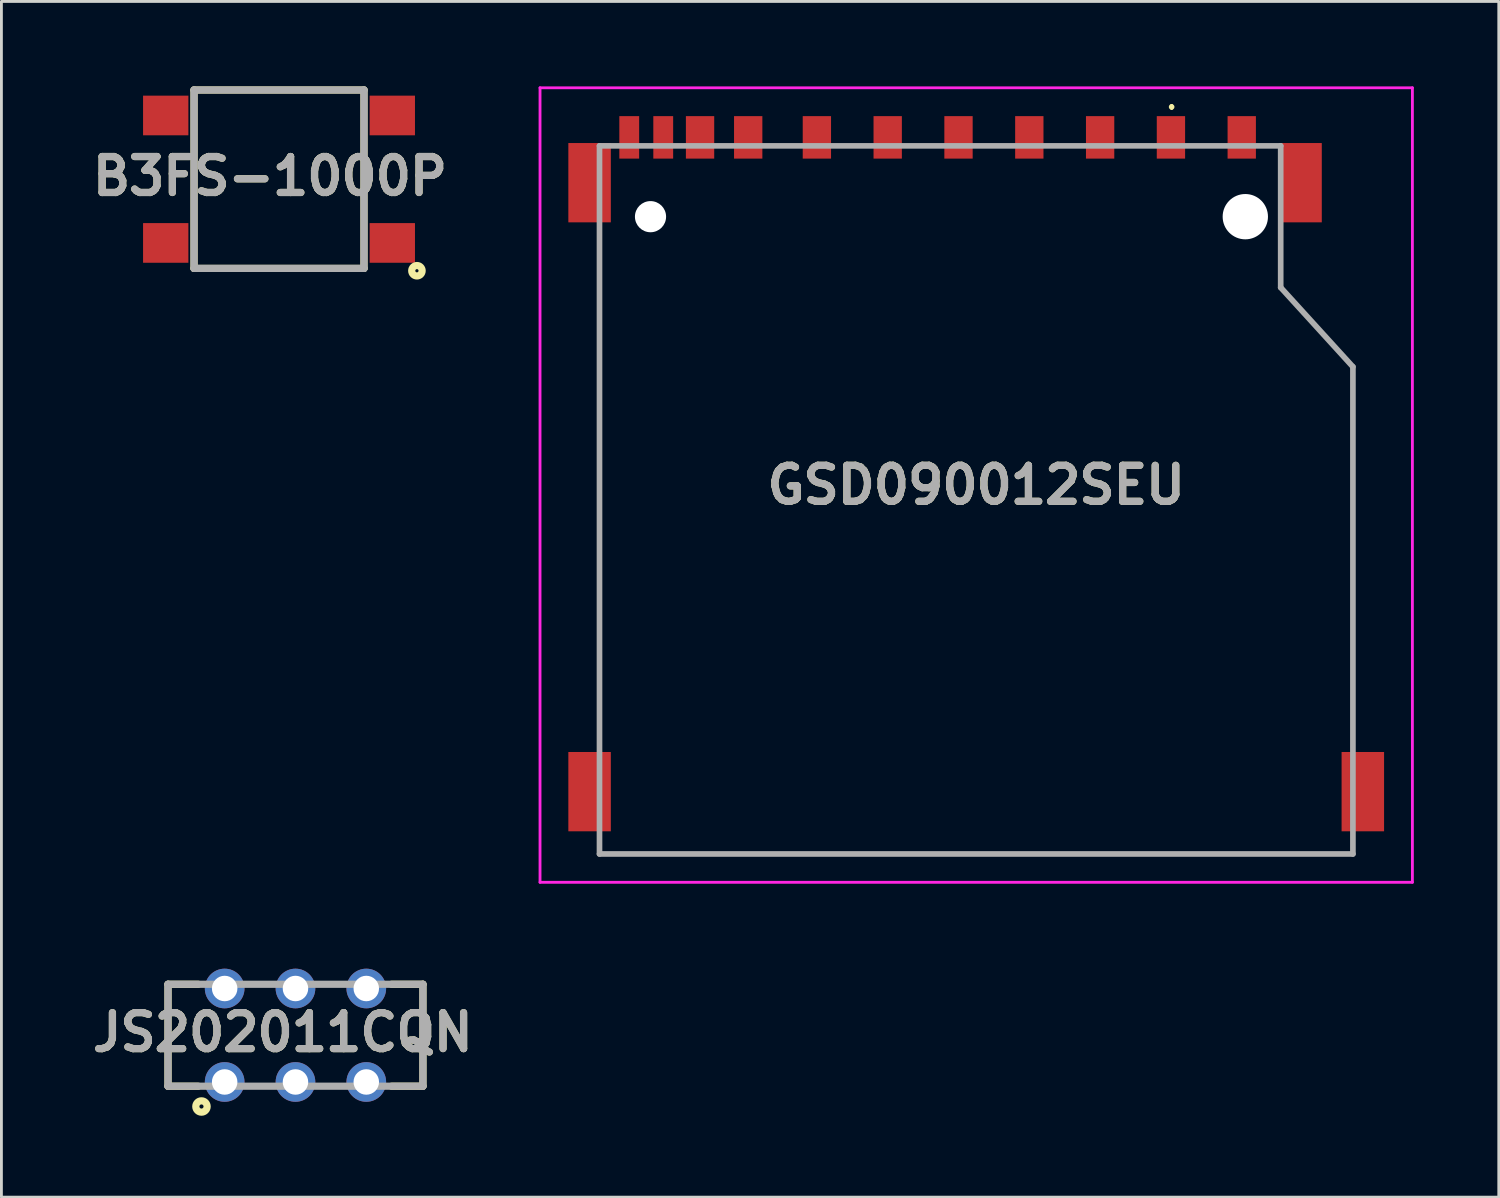
<source format=kicad_pcb>
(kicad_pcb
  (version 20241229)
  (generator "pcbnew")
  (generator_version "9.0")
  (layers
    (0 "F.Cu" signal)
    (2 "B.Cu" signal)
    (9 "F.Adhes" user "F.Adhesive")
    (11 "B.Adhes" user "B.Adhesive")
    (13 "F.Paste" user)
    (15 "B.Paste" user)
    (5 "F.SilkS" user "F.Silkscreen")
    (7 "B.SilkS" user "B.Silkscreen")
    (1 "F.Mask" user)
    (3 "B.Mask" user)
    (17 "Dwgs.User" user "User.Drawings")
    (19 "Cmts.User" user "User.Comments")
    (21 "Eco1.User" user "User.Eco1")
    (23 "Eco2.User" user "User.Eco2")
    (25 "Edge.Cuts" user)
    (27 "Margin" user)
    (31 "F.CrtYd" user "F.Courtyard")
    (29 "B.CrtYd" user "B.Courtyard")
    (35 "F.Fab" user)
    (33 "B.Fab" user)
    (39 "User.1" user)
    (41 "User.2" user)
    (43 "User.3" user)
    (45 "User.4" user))
  (footprint "GSD090012SEU"
    (layer "F.Cu")
    (at 31.416 14.075)
    (property "Reference" "GSD090012SEU" (at 0 0 0) (layer "F.SilkS") (effects (font (size 1.27 1.27) (thickness 0.254))))
    (attr through_hole)
    (fp_line (start -13.3 8.525) (end -13.3 -8.475) (stroke (width 0.1) (type solid)) (layer "F.SilkS"))
    (fp_line (start -13.3 13.025) (end -13.3 12.525) (stroke (width 0.1) (type solid)) (layer "F.SilkS"))
    (fp_line (start 6.9 -13.4) (end 6.9 -13.4) (stroke (width 0.1) (type solid)) (layer "F.SilkS"))
    (fp_line (start 6.9 -13.3) (end 6.9 -13.3) (stroke (width 0.1) (type solid)) (layer "F.SilkS"))
    (fp_line (start 10.75 -8.475) (end 10.75 -6.975) (stroke (width 0.1) (type solid)) (layer "F.SilkS"))
    (fp_line (start 10.75 -6.975) (end 13.3 -4.175) (stroke (width 0.1) (type solid)) (layer "F.SilkS"))
    (fp_line (start 13.3 -4.175) (end 13.3 8.525) (stroke (width 0.1) (type solid)) (layer "F.SilkS"))
    (fp_line (start 13.3 12.525) (end 13.3 13.025) (stroke (width 0.1) (type solid)) (layer "F.SilkS"))
    (fp_line (start 13.3 13.025) (end -13.3 13.025) (stroke (width 0.1) (type solid)) (layer "F.SilkS"))
    (fp_arc (start 6.9 -13.4) (mid 6.95 -13.35) (end 6.9 -13.3) (stroke (width 0.1) (type solid)) (layer "F.SilkS"))
    (fp_arc (start 6.9 -13.3) (mid 6.85 -13.35) (end 6.9 -13.4) (stroke (width 0.1) (type solid)) (layer "F.SilkS"))
    (fp_line (start -15.4 -14.025) (end 15.4 -14.025) (stroke (width 0.1) (type solid)) (layer "F.CrtYd"))
    (fp_line (start -15.4 14.025) (end -15.4 -14.025) (stroke (width 0.1) (type solid)) (layer "F.CrtYd"))
    (fp_line (start 15.4 -14.025) (end 15.4 14.025) (stroke (width 0.1) (type solid)) (layer "F.CrtYd"))
    (fp_line (start 15.4 14.025) (end -15.4 14.025) (stroke (width 0.1) (type solid)) (layer "F.CrtYd"))
    (fp_line (start -13.3 -11.975) (end 10.75 -11.975) (stroke (width 0.2) (type solid)) (layer "F.Fab"))
    (fp_line (start -13.3 13.025) (end -13.3 -11.975) (stroke (width 0.2) (type solid)) (layer "F.Fab"))
    (fp_line (start 10.75 -11.975) (end 10.75 -6.975) (stroke (width 0.2) (type solid)) (layer "F.Fab"))
    (fp_line (start 10.75 -6.975) (end 13.3 -4.175) (stroke (width 0.2) (type solid)) (layer "F.Fab"))
    (fp_line (start 13.3 -4.175) (end 13.3 13.025) (stroke (width 0.2) (type solid)) (layer "F.Fab"))
    (fp_line (start 13.3 13.025) (end -13.3 13.025) (stroke (width 0.2) (type solid)) (layer "F.Fab"))
    (fp_text user "${REFERENCE}" (at 0 0 0) (layer "F.Fab") (effects (font (size 1.27 1.27) (thickness 0.254))))
    (pad "" np_thru_hole circle (at -11.499 -9.475) (size 1.1 1.1) (drill 1.1) (layers "*.Cu" "*.Mask"))
    (pad "" np_thru_hole circle (at 9.501 -9.475) (size 1.6 1.6) (drill 1.6) (layers "*.Cu" "*.Mask"))
    (pad "1" smd rect (at 6.875 -12.275) (size 1 1.5) (layers "F.Cu" "F.Mask" "F.Paste"))
    (pad "2" smd rect (at 4.375 -12.275) (size 1 1.5) (layers "F.Cu" "F.Mask" "F.Paste"))
    (pad "3" smd rect (at 1.875 -12.275) (size 1 1.5) (layers "F.Cu" "F.Mask" "F.Paste"))
    (pad "4" smd rect (at -0.625 -12.275) (size 1 1.5) (layers "F.Cu" "F.Mask" "F.Paste"))
    (pad "5" smd rect (at -3.125 -12.275) (size 1 1.5) (layers "F.Cu" "F.Mask" "F.Paste"))
    (pad "6" smd rect (at -5.625 -12.275) (size 1 1.5) (layers "F.Cu" "F.Mask" "F.Paste"))
    (pad "7" smd rect (at -8.05 -12.275) (size 1 1.5) (layers "F.Cu" "F.Mask" "F.Paste"))
    (pad "8" smd rect (at -9.75 -12.275) (size 1 1.5) (layers "F.Cu" "F.Mask" "F.Paste"))
    (pad "9" smd rect (at 9.375 -12.275) (size 1 1.5) (layers "F.Cu" "F.Mask" "F.Paste"))
    (pad "10" smd rect (at -11.05 -12.275) (size 0.7 1.5) (layers "F.Cu" "F.Mask" "F.Paste"))
    (pad "11" smd rect (at -12.25 -12.275) (size 0.7 1.5) (layers "F.Cu" "F.Mask" "F.Paste"))
    (pad "MP1" smd rect (at -13.65 -10.675) (size 1.5 2.8) (layers "F.Cu" "F.Mask" "F.Paste"))
    (pad "MP2" smd rect (at 11.451 -10.675) (size 1.5 2.8) (layers "F.Cu" "F.Mask" "F.Paste"))
    (pad "MP3" smd rect (at -13.65 10.825) (size 1.5 2.8) (layers "F.Cu" "F.Mask" "F.Paste"))
    (pad "MP4" smd rect (at 13.65 10.825) (size 1.5 2.8) (layers "F.Cu" "F.Mask" "F.Paste")))
  (footprint "JS202011CQN"
    (layer "F.Cu")
    (at 7.382 33.5)
    (property "Reference" "JS202011CQN" (at -0.445 -0.103 0) (layer "F.SilkS") (effects (font (size 1.27 1.27) (thickness 0.254))))
    (attr through_hole)
    (fp_line (start -4.5 -1.8) (end -4.5 1.8) (stroke (width 0.254) (type solid)) (layer "F.SilkS"))
    (fp_line (start -4.5 -1.8) (end -3.433 -1.8) (stroke (width 0.254) (type solid)) (layer "F.SilkS"))
    (fp_line (start -4.5 1.8) (end -3.433 1.8) (stroke (width 0.254) (type solid)) (layer "F.SilkS"))
    (fp_line (start 4.5 -1.8) (end 3.393 -1.8) (stroke (width 0.254) (type solid)) (layer "F.SilkS"))
    (fp_line (start 4.5 1.8) (end 3.393 1.8) (stroke (width 0.254) (type solid)) (layer "F.SilkS"))
    (fp_line (start 4.5 1.8) (end 4.5 -1.8) (stroke (width 0.254) (type solid)) (layer "F.SilkS"))
    (fp_circle (center -3.319 2.516) (end -3.319 2.589) (stroke (width 0.254) (type solid)) (fill no) (layer "F.SilkS"))
    (fp_line (start -4.5 -1.8) (end 4.5 -1.8) (stroke (width 0.254) (type solid)) (layer "F.Fab"))
    (fp_line (start -4.5 1.8) (end -4.5 -1.8) (stroke (width 0.254) (type solid)) (layer "F.Fab"))
    (fp_line (start 4.5 -1.8) (end 4.5 1.8) (stroke (width 0.254) (type solid)) (layer "F.Fab"))
    (fp_line (start 4.5 1.8) (end -4.5 1.8) (stroke (width 0.254) (type solid)) (layer "F.Fab"))
    (fp_text user "${REFERENCE}" (at -0.445 -0.103 0) (layer "F.Fab") (effects (font (size 1.27 1.27) (thickness 0.254))))
    (pad "1" thru_hole circle (at -2.5 1.65) (size 1.4 1.4) (drill 0.9) (layers "*.Cu" "*.Mask"))
    (pad "2" thru_hole circle (at 0 1.65) (size 1.4 1.4) (drill 0.9) (layers "*.Cu" "*.Mask"))
    (pad "3" thru_hole circle (at 2.5 1.65) (size 1.4 1.4) (drill 0.9) (layers "*.Cu" "*.Mask"))
    (pad "4" thru_hole circle (at -2.5 -1.65) (size 1.4 1.4) (drill 0.9) (layers "*.Cu" "*.Mask"))
    (pad "5" thru_hole circle (at 0 -1.65) (size 1.4 1.4) (drill 0.9) (layers "*.Cu" "*.Mask"))
    (pad "6" thru_hole circle (at 2.5 -1.65) (size 1.4 1.4) (drill 0.9) (layers "*.Cu" "*.Mask")))
  (footprint "B3FS-1000P"
    (layer "F.Cu")
    (at 6.801 3.277)
    (property "Reference" "B3FS-1000P" (at -0.318 -0.105 0) (layer "F.SilkS") (effects (font (size 1.27 1.27) (thickness 0.254))))
    (attr smd)
    (fp_line (start -3 -3.15) (end 3 -3.15) (stroke (width 0.254) (type solid)) (layer "F.SilkS"))
    (fp_line (start -3 3.15) (end -3 -3.15) (stroke (width 0.254) (type solid)) (layer "F.SilkS"))
    (fp_line (start 3 -3.15) (end 3 3.15) (stroke (width 0.254) (type solid)) (layer "F.SilkS"))
    (fp_line (start 3 3.15) (end -3 3.15) (stroke (width 0.254) (type solid)) (layer "F.SilkS"))
    (fp_circle (center 4.869 3.232) (end 4.869 3.289) (stroke (width 0.254) (type solid)) (fill no) (layer "F.SilkS"))
    (fp_line (start -3 -3.15) (end 3 -3.15) (stroke (width 0.254) (type solid)) (layer "F.Fab"))
    (fp_line (start -3 3.15) (end -3 -3.15) (stroke (width 0.254) (type solid)) (layer "F.Fab"))
    (fp_line (start 3 -3.15) (end 3 3.15) (stroke (width 0.254) (type solid)) (layer "F.Fab"))
    (fp_line (start 3 3.15) (end -3 3.15) (stroke (width 0.254) (type solid)) (layer "F.Fab"))
    (fp_text user "${REFERENCE}" (at -0.318 -0.105 0) (layer "F.Fab") (effects (font (size 1.27 1.27) (thickness 0.254))))
    (pad "1" smd rect (at 4 2.25 90) (size 1.4 1.6) (layers "F.Cu" "F.Mask" "F.Paste"))
    (pad "2" smd rect (at -4 2.25 90) (size 1.4 1.6) (layers "F.Cu" "F.Mask" "F.Paste"))
    (pad "3" smd rect (at 4 -2.25 90) (size 1.4 1.6) (layers "F.Cu" "F.Mask" "F.Paste"))
    (pad "4" smd rect (at -4 -2.25 90) (size 1.4 1.6) (layers "F.Cu" "F.Mask" "F.Paste")))
  (gr_rect
    (start -3 -3)
    (end 49.866 39.216)
    (stroke (width 0.1) (type default))
    (fill no)
    (layer "Edge.Cuts")))
</source>
